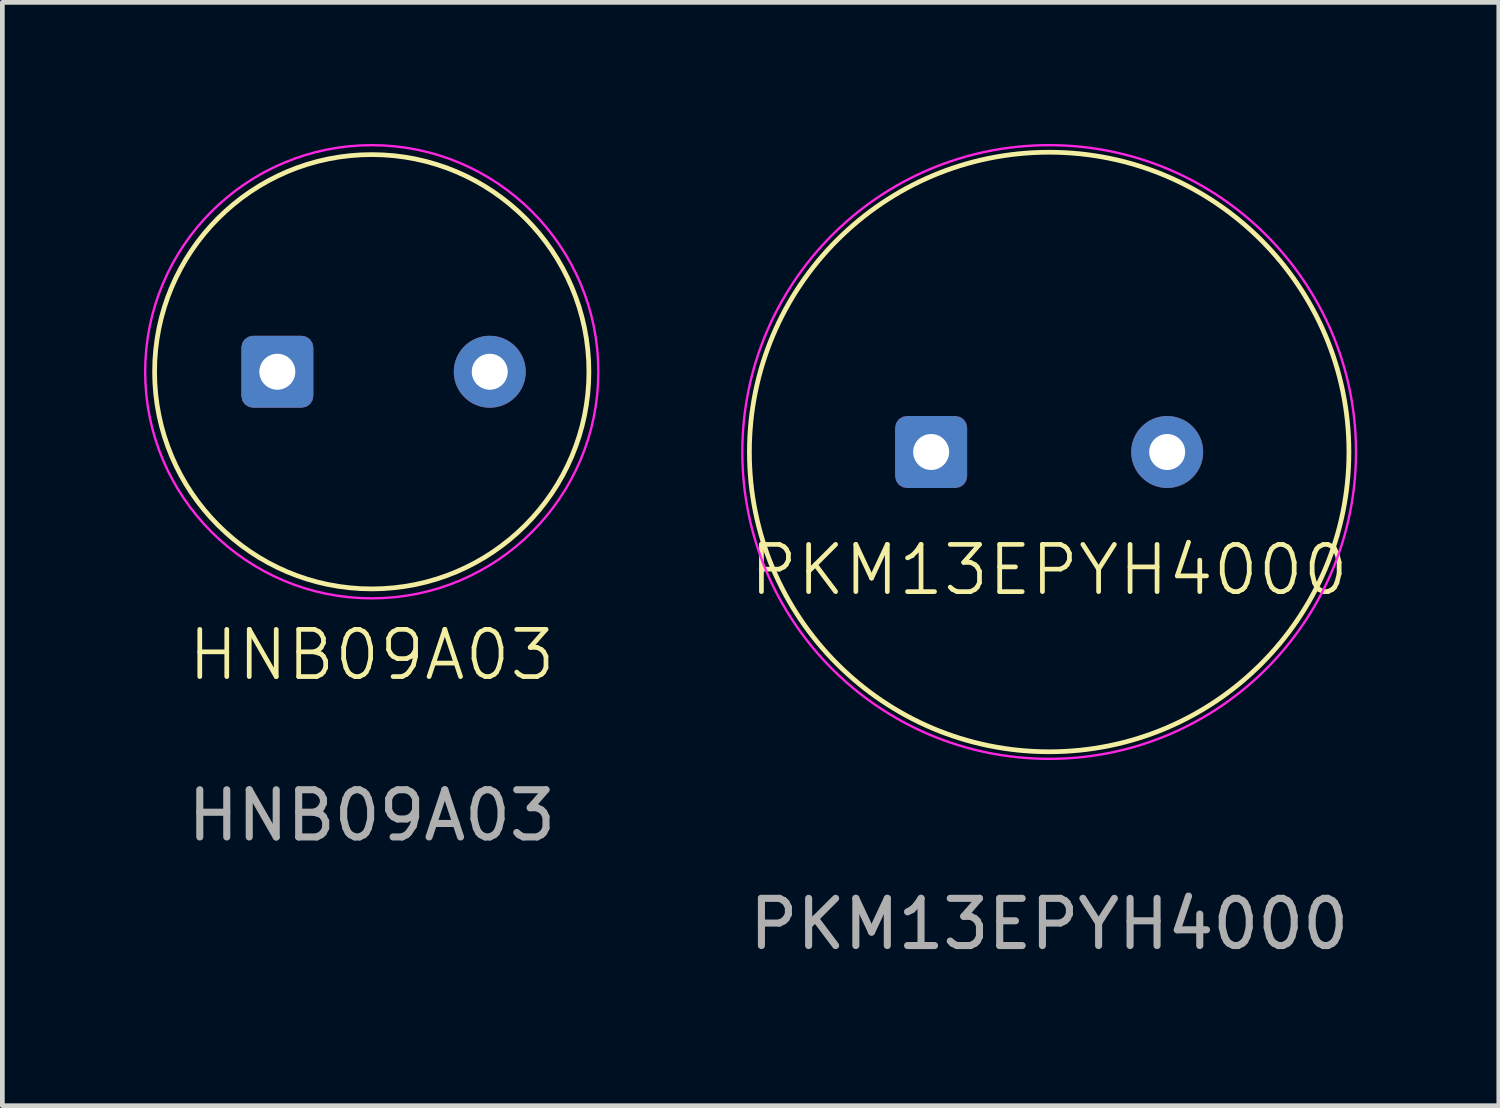
<source format=kicad_pcb>
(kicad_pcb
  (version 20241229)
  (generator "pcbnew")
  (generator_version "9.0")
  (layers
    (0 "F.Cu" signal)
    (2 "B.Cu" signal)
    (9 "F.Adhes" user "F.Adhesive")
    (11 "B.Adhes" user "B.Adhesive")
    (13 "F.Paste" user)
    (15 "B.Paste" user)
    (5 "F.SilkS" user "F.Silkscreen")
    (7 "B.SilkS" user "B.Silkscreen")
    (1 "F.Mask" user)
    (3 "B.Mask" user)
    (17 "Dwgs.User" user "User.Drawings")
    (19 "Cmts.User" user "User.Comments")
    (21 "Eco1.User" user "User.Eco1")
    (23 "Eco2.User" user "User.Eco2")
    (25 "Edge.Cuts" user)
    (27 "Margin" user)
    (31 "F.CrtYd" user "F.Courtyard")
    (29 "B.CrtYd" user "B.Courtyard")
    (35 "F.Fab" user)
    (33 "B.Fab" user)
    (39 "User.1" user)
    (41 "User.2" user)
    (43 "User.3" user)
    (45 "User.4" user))
  (footprint "PKM13EPYH4000"
    (layer "F.Cu")
    (at 19.175 6.525)
    (property "Reference" "PKM13EPYH4000" (at 0 2.5 0) (unlocked yes) (layer "F.SilkS") (effects (font (size 1 1) (thickness 0.1))))
    (attr through_hole)
    (fp_circle (center 0 0) (end 6.35 0) (stroke (width 0.1) (type default)) (fill no) (layer "F.SilkS"))
    (fp_circle (center 0 0) (end 6.5 0) (stroke (width 0.05) (type default)) (fill no) (layer "F.CrtYd"))
    (fp_text user "${REFERENCE}" (at 0 10 0) (unlocked yes) (layer "F.Fab") (effects (font (size 1 1) (thickness 0.15))))
    (pad "1" thru_hole roundrect (at -2.5 0) (size 1.524 1.524) (drill 0.762) (layers "*.Cu" "*.Mask") (roundrect_rratio 0.164))
    (pad "2" thru_hole circle (at 2.5 0) (size 1.524 1.524) (drill 0.762) (layers "*.Cu" "*.Mask")))
  (footprint "HNB09A03"
    (layer "F.Cu")
    (at 4.825 4.825)
    (property "Reference" "HNB09A03" (at 0 6 0) (unlocked yes) (layer "F.SilkS") (effects (font (size 1 1) (thickness 0.1))))
    (attr through_hole)
    (fp_circle (center 0 0) (end 4.6 -0.034) (stroke (width 0.1) (type default)) (fill no) (layer "F.SilkS"))
    (fp_circle (center 0 0) (end 4.8 0) (stroke (width 0.05) (type default)) (fill no) (layer "F.CrtYd"))
    (fp_text user "${REFERENCE}" (at 0 9.4 0) (unlocked yes) (layer "F.Fab") (effects (font (size 1 1) (thickness 0.15))))
    (pad "1" thru_hole roundrect (at -2 0) (size 1.524 1.524) (drill 0.762) (layers "*.Cu" "*.Mask") (roundrect_rratio 0.164))
    (pad "2" thru_hole circle (at 2.5 0) (size 1.524 1.524) (drill 0.762) (layers "*.Cu" "*.Mask")))
  (gr_rect
    (start -3 -3)
    (end 28.7 20.373)
    (stroke (width 0.1) (type default))
    (fill no)
    (layer "Edge.Cuts")))
</source>
